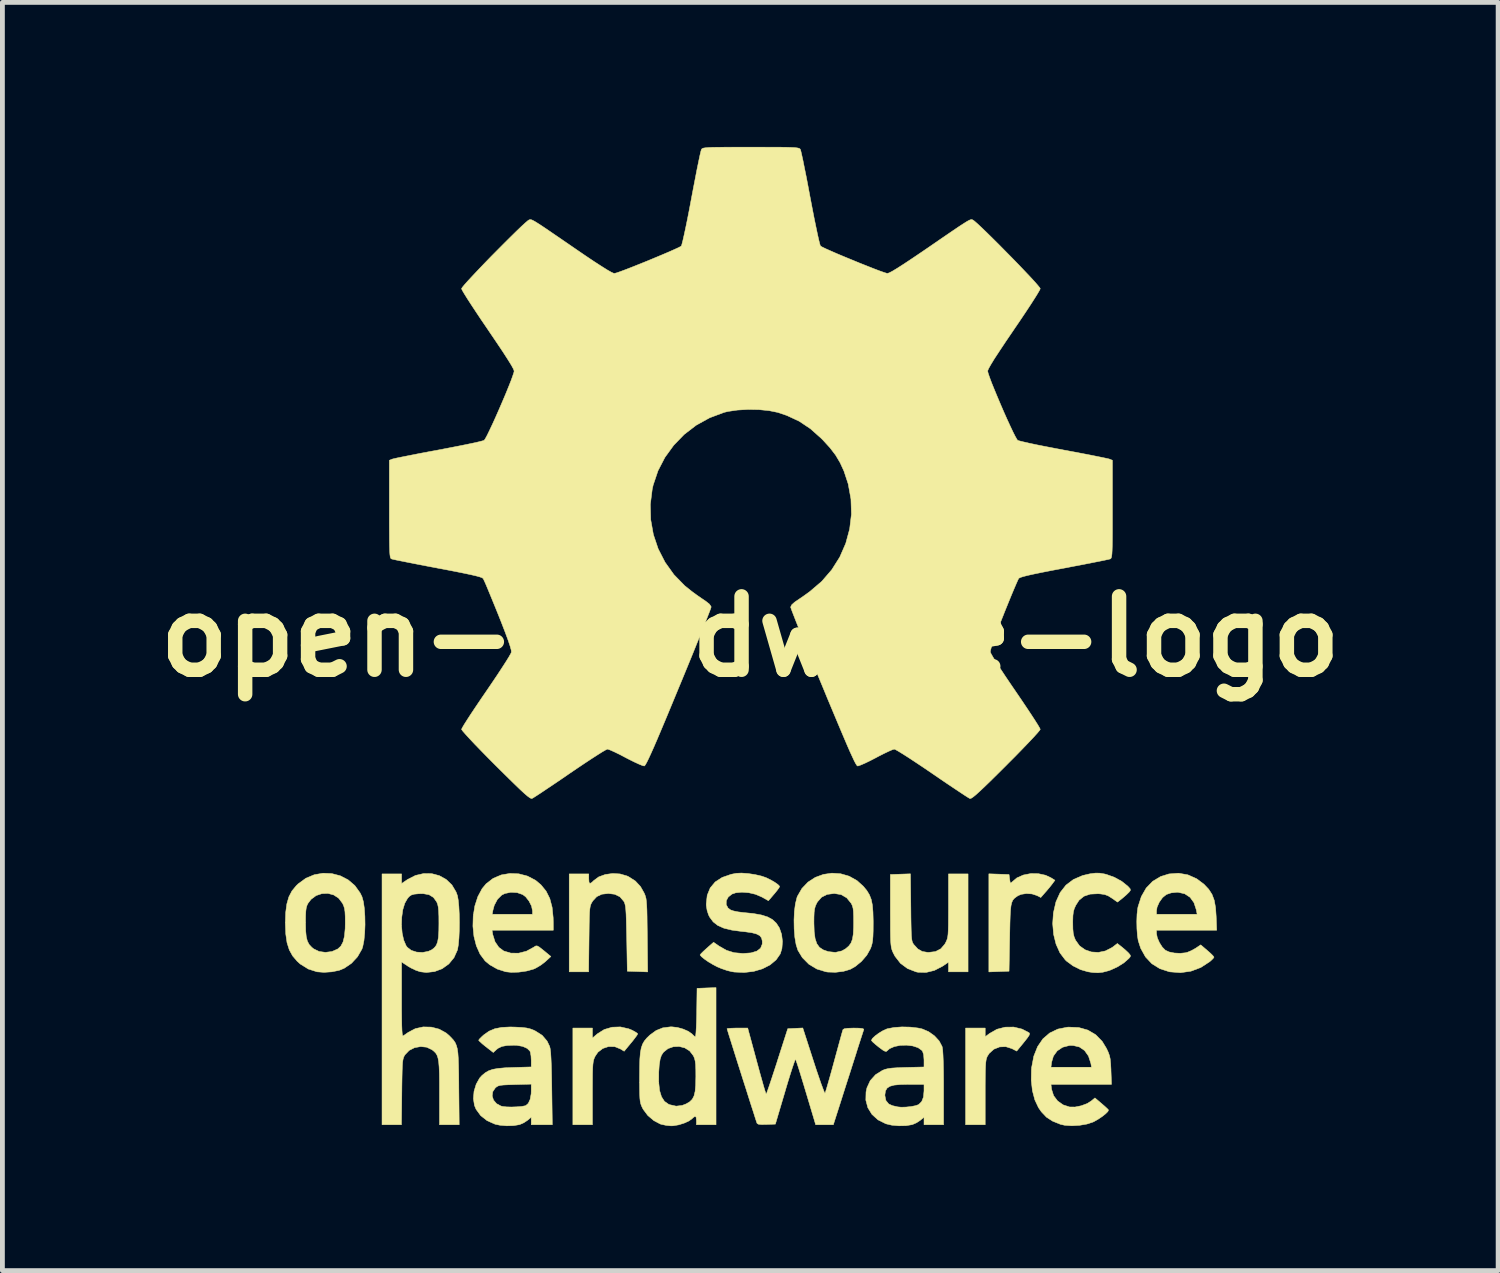
<source format=kicad_pcb>
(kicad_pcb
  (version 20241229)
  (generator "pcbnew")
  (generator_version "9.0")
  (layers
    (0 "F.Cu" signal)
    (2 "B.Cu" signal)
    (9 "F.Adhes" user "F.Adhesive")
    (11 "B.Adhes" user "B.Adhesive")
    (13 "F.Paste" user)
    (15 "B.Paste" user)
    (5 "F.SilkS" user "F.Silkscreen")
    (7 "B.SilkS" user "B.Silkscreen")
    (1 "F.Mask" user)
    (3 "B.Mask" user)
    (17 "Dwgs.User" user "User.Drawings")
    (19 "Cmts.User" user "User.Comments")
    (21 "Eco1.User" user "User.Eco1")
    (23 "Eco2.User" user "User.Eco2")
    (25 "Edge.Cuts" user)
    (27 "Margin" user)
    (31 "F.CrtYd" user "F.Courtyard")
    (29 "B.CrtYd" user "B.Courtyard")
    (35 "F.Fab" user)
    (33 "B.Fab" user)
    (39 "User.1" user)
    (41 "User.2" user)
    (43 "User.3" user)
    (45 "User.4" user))
  (footprint "open-hardware-logo"
    (layer "F.Cu")
    (at 12.526 10.165)
    (property "Reference" "open-hardware-logo" (at 0 0 0) (layer "F.SilkS") (effects (font (size 1.524 1.524) (thickness 0.3))))
    (attr through_hole)
    (fp_poly (pts (xy 5.642 8.149) (xy 5.788 8.225) (xy 5.799 8.245) (xy 5.788 8.28) (xy 5.749 8.337) (xy 5.68 8.424) (xy 5.677 8.428) (xy 5.531 8.606) (xy 5.431 8.554) (xy 5.304 8.514) (xy 5.176 8.519) (xy 5.058 8.566) (xy 4.962 8.651) (xy 4.921 8.714) (xy 4.908 8.746) (xy 4.897 8.786) (xy 4.889 8.841) (xy 4.884 8.917) (xy 4.88 9.02) (xy 4.878 9.157) (xy 4.877 9.335) (xy 4.877 9.468) (xy 4.877 10.135) (xy 4.47 10.135) (xy 4.47 8.128) (xy 4.877 8.128) (xy 4.877 8.308) (xy 4.966 8.241) (xy 5.12 8.153) (xy 5.291 8.109) (xy 5.469 8.107) (xy 5.642 8.149)) (stroke (width 0.01) (type solid)) (fill yes) (layer "F.SilkS"))
    (fp_poly (pts (xy -2.525 8.143) (xy -2.47 8.165) (xy -2.398 8.202) (xy -2.35 8.233) (xy -2.337 8.248) (xy -2.352 8.276) (xy -2.393 8.332) (xy -2.451 8.407) (xy -2.478 8.439) (xy -2.618 8.609) (xy -2.7 8.559) (xy -2.819 8.513) (xy -2.944 8.512) (xy -3.063 8.552) (xy -3.163 8.629) (xy -3.219 8.711) (xy -3.237 8.748) (xy -3.25 8.785) (xy -3.26 8.829) (xy -3.267 8.886) (xy -3.272 8.965) (xy -3.275 9.071) (xy -3.276 9.211) (xy -3.277 9.393) (xy -3.277 9.48) (xy -3.277 10.135) (xy -3.683 10.135) (xy -3.683 8.128) (xy -3.277 8.128) (xy -3.277 8.335) (xy -3.175 8.248) (xy -3.032 8.158) (xy -2.869 8.11) (xy -2.697 8.104) (xy -2.525 8.143)) (stroke (width 0.01) (type solid)) (fill yes) (layer "F.SilkS"))
    (fp_poly (pts (xy 5.978 4.922) (xy 6.13 4.955) (xy 6.241 5.007) (xy 6.325 5.059) (xy 6.275 5.127) (xy 6.23 5.185) (xy 6.168 5.26) (xy 6.128 5.306) (xy 6.031 5.417) (xy 5.95 5.376) (xy 5.849 5.343) (xy 5.732 5.335) (xy 5.622 5.352) (xy 5.555 5.381) (xy 5.511 5.412) (xy 5.475 5.441) (xy 5.448 5.476) (xy 5.428 5.523) (xy 5.413 5.587) (xy 5.403 5.675) (xy 5.396 5.792) (xy 5.391 5.946) (xy 5.387 6.141) (xy 5.385 6.248) (xy 5.372 6.947) (xy 4.953 6.962) (xy 4.953 4.926) (xy 5.163 4.933) (xy 5.372 4.94) (xy 5.385 5.04) (xy 5.395 5.101) (xy 5.407 5.119) (xy 5.429 5.101) (xy 5.432 5.097) (xy 5.535 5.01) (xy 5.668 4.951) (xy 5.82 4.921) (xy 5.978 4.922)) (stroke (width 0.01) (type solid)) (fill yes) (layer "F.SilkS"))
    (fp_poly (pts (xy 3.333 5.623) (xy 3.335 5.831) (xy 3.338 5.993) (xy 3.341 6.118) (xy 3.345 6.21) (xy 3.351 6.276) (xy 3.359 6.322) (xy 3.37 6.354) (xy 3.384 6.379) (xy 3.392 6.391) (xy 3.478 6.485) (xy 3.57 6.538) (xy 3.684 6.557) (xy 3.703 6.557) (xy 3.844 6.54) (xy 3.955 6.483) (xy 4.039 6.385) (xy 4.058 6.35) (xy 4.075 6.314) (xy 4.089 6.277) (xy 4.099 6.233) (xy 4.106 6.176) (xy 4.11 6.097) (xy 4.113 5.992) (xy 4.114 5.851) (xy 4.115 5.67) (xy 4.115 5.583) (xy 4.115 4.928) (xy 4.521 4.928) (xy 4.521 6.96) (xy 4.115 6.96) (xy 4.115 6.76) (xy 3.989 6.845) (xy 3.822 6.931) (xy 3.65 6.973) (xy 3.481 6.969) (xy 3.442 6.961) (xy 3.266 6.893) (xy 3.119 6.785) (xy 3.004 6.637) (xy 2.967 6.566) (xy 2.95 6.528) (xy 2.937 6.49) (xy 2.927 6.447) (xy 2.92 6.392) (xy 2.914 6.319) (xy 2.911 6.221) (xy 2.909 6.092) (xy 2.909 5.926) (xy 2.908 5.716) (xy 2.908 5.69) (xy 2.908 4.94) (xy 3.325 4.926) (xy 3.333 5.623)) (stroke (width 0.01) (type solid)) (fill yes) (layer "F.SilkS"))
    (fp_poly (pts (xy -2.704 4.928) (xy -2.559 4.97) (xy -2.527 4.985) (xy -2.386 5.075) (xy -2.28 5.189) (xy -2.205 5.321) (xy -2.188 5.36) (xy -2.175 5.398) (xy -2.164 5.442) (xy -2.157 5.499) (xy -2.151 5.575) (xy -2.146 5.676) (xy -2.143 5.809) (xy -2.141 5.98) (xy -2.138 6.194) (xy -2.138 6.205) (xy -2.13 6.962) (xy -2.341 6.954) (xy -2.553 6.947) (xy -2.565 6.261) (xy -2.57 6.053) (xy -2.574 5.89) (xy -2.578 5.765) (xy -2.584 5.672) (xy -2.591 5.605) (xy -2.601 5.557) (xy -2.612 5.522) (xy -2.626 5.496) (xy -2.706 5.403) (xy -2.814 5.35) (xy -2.945 5.334) (xy -3.082 5.349) (xy -3.187 5.399) (xy -3.269 5.487) (xy -3.28 5.505) (xy -3.298 5.535) (xy -3.312 5.566) (xy -3.323 5.605) (xy -3.331 5.657) (xy -3.337 5.729) (xy -3.341 5.828) (xy -3.344 5.96) (xy -3.346 6.132) (xy -3.348 6.28) (xy -3.356 6.96) (xy -3.759 6.96) (xy -3.759 4.928) (xy -3.353 4.928) (xy -3.353 5.029) (xy -3.348 5.102) (xy -3.328 5.126) (xy -3.29 5.105) (xy -3.252 5.068) (xy -3.147 4.99) (xy -3.011 4.94) (xy -2.859 4.919) (xy -2.704 4.928)) (stroke (width 0.01) (type solid)) (fill yes) (layer "F.SilkS"))
    (fp_poly (pts (xy -4.805 4.926) (xy -4.625 4.973) (xy -4.458 5.06) (xy -4.347 5.153) (xy -4.239 5.285) (xy -4.162 5.439) (xy -4.114 5.621) (xy -4.092 5.838) (xy -4.09 5.937) (xy -4.089 6.096) (xy -5.362 6.096) (xy -5.345 6.191) (xy -5.299 6.337) (xy -5.22 6.452) (xy -5.118 6.528) (xy -4.97 6.572) (xy -4.809 6.573) (xy -4.647 6.532) (xy -4.495 6.449) (xy -4.482 6.44) (xy -4.453 6.423) (xy -4.423 6.423) (xy -4.382 6.445) (xy -4.318 6.495) (xy -4.284 6.522) (xy -4.139 6.642) (xy -4.255 6.749) (xy -4.344 6.818) (xy -4.446 6.879) (xy -4.503 6.905) (xy -4.646 6.944) (xy -4.807 6.967) (xy -4.964 6.971) (xy -5.077 6.959) (xy -5.252 6.903) (xy -5.41 6.813) (xy -5.505 6.734) (xy -5.61 6.593) (xy -5.687 6.42) (xy -5.737 6.223) (xy -5.758 6.013) (xy -5.752 5.8) (xy -5.746 5.766) (xy -5.358 5.766) (xy -4.521 5.766) (xy -4.521 5.694) (xy -4.541 5.595) (xy -4.593 5.492) (xy -4.664 5.402) (xy -4.725 5.356) (xy -4.841 5.316) (xy -4.971 5.309) (xy -5.093 5.334) (xy -5.159 5.366) (xy -5.249 5.455) (xy -5.315 5.58) (xy -5.343 5.683) (xy -5.358 5.766) (xy -5.746 5.766) (xy -5.718 5.592) (xy -5.656 5.4) (xy -5.567 5.233) (xy -5.484 5.133) (xy -5.339 5.021) (xy -5.171 4.949) (xy -4.99 4.918) (xy -4.805 4.926)) (stroke (width 0.01) (type solid)) (fill yes) (layer "F.SilkS"))
    (fp_poly (pts (xy 6.82 8.117) (xy 7.008 8.17) (xy 7.171 8.266) (xy 7.305 8.403) (xy 7.394 8.549) (xy 7.431 8.628) (xy 7.456 8.697) (xy 7.472 8.769) (xy 7.481 8.861) (xy 7.488 8.986) (xy 7.488 9.007) (xy 7.499 9.296) (xy 6.242 9.296) (xy 6.256 9.402) (xy 6.297 9.531) (xy 6.38 9.641) (xy 6.494 9.722) (xy 6.629 9.766) (xy 6.742 9.767) (xy 6.871 9.741) (xy 6.994 9.695) (xy 7.081 9.64) (xy 7.155 9.578) (xy 7.292 9.694) (xy 7.361 9.754) (xy 7.413 9.802) (xy 7.437 9.829) (xy 7.437 9.829) (xy 7.424 9.86) (xy 7.377 9.907) (xy 7.307 9.963) (xy 7.224 10.019) (xy 7.138 10.068) (xy 7.113 10.08) (xy 6.987 10.121) (xy 6.834 10.147) (xy 6.675 10.156) (xy 6.528 10.146) (xy 6.439 10.126) (xy 6.276 10.06) (xy 6.148 9.977) (xy 6.043 9.866) (xy 5.983 9.779) (xy 5.908 9.62) (xy 5.857 9.428) (xy 5.833 9.213) (xy 5.837 8.988) (xy 5.841 8.944) (xy 5.842 8.941) (xy 6.242 8.941) (xy 7.085 8.941) (xy 7.07 8.858) (xy 7.021 8.708) (xy 6.94 8.594) (xy 6.832 8.52) (xy 6.699 8.489) (xy 6.623 8.49) (xy 6.484 8.526) (xy 6.372 8.601) (xy 6.293 8.71) (xy 6.256 8.835) (xy 6.242 8.941) (xy 5.842 8.941) (xy 5.886 8.711) (xy 5.965 8.513) (xy 6.075 8.352) (xy 6.215 8.231) (xy 6.385 8.149) (xy 6.582 8.11) (xy 6.607 8.108) (xy 6.82 8.117)) (stroke (width 0.01) (type solid)) (fill yes) (layer "F.SilkS"))
    (fp_poly (pts (xy 9.085 4.947) (xy 9.267 5.028) (xy 9.42 5.143) (xy 9.517 5.246) (xy 9.586 5.353) (xy 9.632 5.476) (xy 9.659 5.626) (xy 9.672 5.81) (xy 9.683 6.096) (xy 8.433 6.096) (xy 8.433 6.167) (xy 8.45 6.254) (xy 8.494 6.354) (xy 8.553 6.447) (xy 8.617 6.512) (xy 8.696 6.548) (xy 8.805 6.57) (xy 8.925 6.576) (xy 9.036 6.565) (xy 9.077 6.554) (xy 9.158 6.52) (xy 9.244 6.472) (xy 9.259 6.462) (xy 9.351 6.4) (xy 9.489 6.518) (xy 9.557 6.578) (xy 9.606 6.627) (xy 9.626 6.655) (xy 9.627 6.656) (xy 9.609 6.683) (xy 9.563 6.728) (xy 9.537 6.75) (xy 9.353 6.87) (xy 9.148 6.947) (xy 8.931 6.978) (xy 8.712 6.961) (xy 8.7 6.959) (xy 8.503 6.895) (xy 8.337 6.792) (xy 8.204 6.65) (xy 8.105 6.471) (xy 8.054 6.314) (xy 8.037 6.206) (xy 8.027 6.066) (xy 8.024 5.914) (xy 8.029 5.767) (xy 8.037 5.694) (xy 8.433 5.694) (xy 8.433 5.766) (xy 9.277 5.766) (xy 9.259 5.671) (xy 9.211 5.525) (xy 9.13 5.413) (xy 9.019 5.34) (xy 8.882 5.309) (xy 8.854 5.309) (xy 8.738 5.321) (xy 8.64 5.354) (xy 8.636 5.356) (xy 8.558 5.42) (xy 8.491 5.514) (xy 8.445 5.618) (xy 8.433 5.694) (xy 8.037 5.694) (xy 8.043 5.646) (xy 8.049 5.613) (xy 8.118 5.398) (xy 8.22 5.22) (xy 8.354 5.081) (xy 8.519 4.982) (xy 8.692 4.928) (xy 8.891 4.913) (xy 9.085 4.947)) (stroke (width 0.01) (type solid)) (fill yes) (layer "F.SilkS"))
    (fp_poly (pts (xy 7.255 4.912) (xy 7.351 4.928) (xy 7.392 4.938) (xy 7.557 4.997) (xy 7.712 5.082) (xy 7.837 5.182) (xy 7.848 5.194) (xy 7.887 5.238) (xy 7.892 5.268) (xy 7.867 5.303) (xy 7.859 5.311) (xy 7.808 5.361) (xy 7.74 5.42) (xy 7.717 5.439) (xy 7.624 5.513) (xy 7.507 5.431) (xy 7.429 5.382) (xy 7.356 5.355) (xy 7.265 5.342) (xy 7.219 5.339) (xy 7.057 5.347) (xy 6.927 5.391) (xy 6.826 5.473) (xy 6.759 5.577) (xy 6.727 5.646) (xy 6.708 5.714) (xy 6.698 5.795) (xy 6.695 5.907) (xy 6.695 5.944) (xy 6.697 6.069) (xy 6.705 6.159) (xy 6.722 6.23) (xy 6.75 6.299) (xy 6.753 6.305) (xy 6.836 6.421) (xy 6.949 6.502) (xy 7.082 6.548) (xy 7.226 6.557) (xy 7.372 6.527) (xy 7.51 6.456) (xy 7.53 6.442) (xy 7.621 6.372) (xy 7.716 6.447) (xy 7.785 6.505) (xy 7.844 6.56) (xy 7.859 6.576) (xy 7.891 6.617) (xy 7.889 6.646) (xy 7.859 6.683) (xy 7.758 6.772) (xy 7.627 6.855) (xy 7.484 6.921) (xy 7.436 6.938) (xy 7.321 6.968) (xy 7.219 6.98) (xy 7.106 6.974) (xy 7.009 6.959) (xy 6.855 6.914) (xy 6.699 6.836) (xy 6.565 6.737) (xy 6.539 6.712) (xy 6.429 6.567) (xy 6.348 6.387) (xy 6.297 6.182) (xy 6.278 5.96) (xy 6.293 5.737) (xy 6.346 5.507) (xy 6.433 5.315) (xy 6.554 5.16) (xy 6.709 5.043) (xy 6.899 4.961) (xy 7.054 4.925) (xy 7.165 4.911) (xy 7.255 4.912)) (stroke (width 0.01) (type solid)) (fill yes) (layer "F.SilkS"))
    (fp_poly (pts (xy -8.687 4.921) (xy -8.511 4.967) (xy -8.35 5.05) (xy -8.21 5.169) (xy -8.1 5.322) (xy -8.061 5.401) (xy -8.032 5.505) (xy -8.012 5.645) (xy -8.001 5.808) (xy -7.998 5.983) (xy -8.005 6.154) (xy -8.02 6.309) (xy -8.045 6.435) (xy -8.062 6.488) (xy -8.154 6.648) (xy -8.28 6.784) (xy -8.43 6.886) (xy -8.534 6.929) (xy -8.686 6.96) (xy -8.85 6.971) (xy -8.994 6.96) (xy -9.176 6.902) (xy -9.343 6.798) (xy -9.406 6.741) (xy -9.501 6.63) (xy -9.57 6.505) (xy -9.617 6.357) (xy -9.643 6.178) (xy -9.652 5.96) (xy -9.652 5.944) (xy -9.233 5.944) (xy -9.23 6.108) (xy -9.218 6.231) (xy -9.195 6.323) (xy -9.158 6.393) (xy -9.103 6.452) (xy -9.065 6.483) (xy -8.952 6.538) (xy -8.82 6.556) (xy -8.685 6.539) (xy -8.564 6.486) (xy -8.564 6.486) (xy -8.5 6.427) (xy -8.454 6.34) (xy -8.425 6.221) (xy -8.41 6.061) (xy -8.408 5.943) (xy -8.409 5.809) (xy -8.414 5.714) (xy -8.424 5.645) (xy -8.442 5.588) (xy -8.465 5.538) (xy -8.544 5.433) (xy -8.648 5.364) (xy -8.768 5.332) (xy -8.893 5.337) (xy -9.013 5.377) (xy -9.118 5.455) (xy -9.181 5.537) (xy -9.203 5.582) (xy -9.218 5.632) (xy -9.227 5.7) (xy -9.232 5.795) (xy -9.233 5.929) (xy -9.233 5.944) (xy -9.652 5.944) (xy -9.645 5.727) (xy -9.621 5.55) (xy -9.579 5.404) (xy -9.515 5.281) (xy -9.425 5.172) (xy -9.387 5.135) (xy -9.227 5.018) (xy -9.052 4.945) (xy -8.87 4.913) (xy -8.687 4.921)) (stroke (width 0.01) (type solid)) (fill yes) (layer "F.SilkS"))
    (fp_poly (pts (xy 1.876 4.924) (xy 2.052 4.975) (xy 2.215 5.066) (xy 2.346 5.184) (xy 2.419 5.272) (xy 2.473 5.361) (xy 2.511 5.458) (xy 2.535 5.574) (xy 2.547 5.719) (xy 2.552 5.902) (xy 2.552 5.956) (xy 2.551 6.11) (xy 2.547 6.224) (xy 2.54 6.31) (xy 2.528 6.378) (xy 2.51 6.439) (xy 2.494 6.481) (xy 2.419 6.615) (xy 2.309 6.743) (xy 2.18 6.849) (xy 2.076 6.908) (xy 1.935 6.95) (xy 1.771 6.97) (xy 1.609 6.965) (xy 1.569 6.959) (xy 1.382 6.902) (xy 1.217 6.803) (xy 1.081 6.666) (xy 0.988 6.512) (xy 0.951 6.395) (xy 0.925 6.243) (xy 0.911 6.068) (xy 0.909 5.943) (xy 1.321 5.943) (xy 1.327 6.128) (xy 1.346 6.27) (xy 1.381 6.376) (xy 1.436 6.452) (xy 1.514 6.504) (xy 1.619 6.541) (xy 1.619 6.541) (xy 1.768 6.557) (xy 1.902 6.526) (xy 1.979 6.482) (xy 2.044 6.426) (xy 2.091 6.363) (xy 2.121 6.283) (xy 2.138 6.178) (xy 2.145 6.037) (xy 2.146 5.944) (xy 2.145 5.805) (xy 2.141 5.707) (xy 2.133 5.638) (xy 2.118 5.586) (xy 2.097 5.541) (xy 2.094 5.537) (xy 2.003 5.425) (xy 1.886 5.357) (xy 1.745 5.334) (xy 1.742 5.334) (xy 1.595 5.353) (xy 1.48 5.411) (xy 1.394 5.509) (xy 1.378 5.538) (xy 1.352 5.594) (xy 1.336 5.652) (xy 1.326 5.724) (xy 1.322 5.823) (xy 1.321 5.943) (xy 0.909 5.943) (xy 0.908 5.885) (xy 0.916 5.706) (xy 0.937 5.546) (xy 0.969 5.418) (xy 0.977 5.395) (xy 1.072 5.23) (xy 1.198 5.098) (xy 1.349 5) (xy 1.517 4.938) (xy 1.695 4.912) (xy 1.876 4.924)) (stroke (width 0.01) (type solid)) (fill yes) (layer "F.SilkS"))
    (fp_poly (pts (xy -0.711 10.135) (xy -1.118 10.135) (xy -1.118 10.046) (xy -1.124 9.979) (xy -1.147 9.96) (xy -1.188 9.988) (xy -1.206 10.007) (xy -1.273 10.056) (xy -1.372 10.101) (xy -1.487 10.137) (xy -1.599 10.156) (xy -1.646 10.158) (xy -1.746 10.148) (xy -1.848 10.126) (xy -1.87 10.119) (xy -2.004 10.048) (xy -2.128 9.942) (xy -2.223 9.815) (xy -2.239 9.785) (xy -2.259 9.742) (xy -2.274 9.7) (xy -2.285 9.65) (xy -2.292 9.585) (xy -2.296 9.497) (xy -2.298 9.377) (xy -2.299 9.253) (xy -1.901 9.253) (xy -1.883 9.424) (xy -1.843 9.555) (xy -1.782 9.649) (xy -1.697 9.709) (xy -1.672 9.719) (xy -1.539 9.749) (xy -1.414 9.734) (xy -1.331 9.702) (xy -1.258 9.659) (xy -1.205 9.607) (xy -1.168 9.537) (xy -1.145 9.441) (xy -1.134 9.311) (xy -1.13 9.139) (xy -1.13 9.131) (xy -1.131 8.989) (xy -1.135 8.887) (xy -1.144 8.813) (xy -1.158 8.757) (xy -1.179 8.707) (xy -1.183 8.7) (xy -1.259 8.602) (xy -1.36 8.539) (xy -1.476 8.51) (xy -1.596 8.515) (xy -1.708 8.554) (xy -1.801 8.628) (xy -1.844 8.692) (xy -1.871 8.772) (xy -1.89 8.894) (xy -1.9 9.039) (xy -1.901 9.253) (xy -2.299 9.253) (xy -2.299 9.218) (xy -2.299 9.144) (xy -2.297 8.936) (xy -2.293 8.772) (xy -2.282 8.643) (xy -2.264 8.543) (xy -2.237 8.463) (xy -2.199 8.396) (xy -2.148 8.335) (xy -2.084 8.273) (xy -1.955 8.179) (xy -1.82 8.124) (xy -1.661 8.103) (xy -1.623 8.103) (xy -1.511 8.116) (xy -1.393 8.149) (xy -1.286 8.196) (xy -1.209 8.251) (xy -1.197 8.264) (xy -1.16 8.298) (xy -1.14 8.306) (xy -1.133 8.282) (xy -1.127 8.214) (xy -1.121 8.112) (xy -1.116 7.981) (xy -1.112 7.83) (xy -1.112 7.804) (xy -1.105 7.303) (xy -0.908 7.295) (xy -0.711 7.288) (xy -0.711 10.135)) (stroke (width 0.01) (type solid)) (fill yes) (layer "F.SilkS"))
    (fp_poly (pts (xy -0.045 4.92) (xy 0.1 4.942) (xy 0.234 4.973) (xy 0.327 5.005) (xy 0.423 5.052) (xy 0.509 5.102) (xy 0.574 5.148) (xy 0.607 5.183) (xy 0.609 5.19) (xy 0.594 5.219) (xy 0.554 5.274) (xy 0.497 5.344) (xy 0.493 5.348) (xy 0.377 5.484) (xy 0.236 5.405) (xy 0.11 5.351) (xy -0.031 5.318) (xy -0.173 5.307) (xy -0.3 5.319) (xy -0.378 5.345) (xy -0.457 5.407) (xy -0.498 5.484) (xy -0.5 5.564) (xy -0.462 5.636) (xy -0.408 5.676) (xy -0.345 5.697) (xy -0.252 5.716) (xy -0.148 5.729) (xy -0.148 5.729) (xy 0.063 5.75) (xy 0.23 5.78) (xy 0.361 5.821) (xy 0.462 5.877) (xy 0.539 5.949) (xy 0.6 6.042) (xy 0.605 6.051) (xy 0.65 6.181) (xy 0.668 6.329) (xy 0.657 6.475) (xy 0.623 6.587) (xy 0.536 6.712) (xy 0.41 6.817) (xy 0.253 6.897) (xy 0.071 6.951) (xy -0.125 6.974) (xy -0.33 6.965) (xy -0.381 6.957) (xy -0.481 6.933) (xy -0.597 6.893) (xy -0.682 6.858) (xy -0.775 6.809) (xy -0.868 6.754) (xy -0.95 6.697) (xy -1.011 6.648) (xy -1.04 6.613) (xy -1.041 6.608) (xy -1.023 6.584) (xy -0.976 6.537) (xy -0.91 6.477) (xy -0.902 6.469) (xy -0.762 6.347) (xy -0.648 6.426) (xy -0.494 6.514) (xy -0.336 6.563) (xy -0.155 6.579) (xy -0.148 6.579) (xy 0.016 6.567) (xy 0.137 6.53) (xy 0.214 6.47) (xy 0.249 6.383) (xy 0.249 6.32) (xy 0.234 6.257) (xy 0.198 6.21) (xy 0.134 6.176) (xy 0.035 6.149) (xy -0.104 6.129) (xy -0.177 6.122) (xy -0.384 6.094) (xy -0.548 6.054) (xy -0.674 5.998) (xy -0.77 5.923) (xy -0.842 5.826) (xy -0.866 5.779) (xy -0.896 5.687) (xy -0.913 5.583) (xy -0.914 5.553) (xy -0.894 5.371) (xy -0.832 5.219) (xy -0.729 5.095) (xy -0.584 5.001) (xy -0.398 4.936) (xy -0.289 4.915) (xy -0.181 4.91) (xy -0.045 4.92)) (stroke (width 0.01) (type solid)) (fill yes) (layer "F.SilkS"))
    (fp_poly (pts (xy -4.876 8.108) (xy -4.743 8.115) (xy -4.647 8.126) (xy -4.57 8.144) (xy -4.498 8.171) (xy -4.461 8.189) (xy -4.32 8.279) (xy -4.219 8.397) (xy -4.165 8.509) (xy -4.154 8.556) (xy -4.144 8.636) (xy -4.137 8.752) (xy -4.13 8.908) (xy -4.125 9.108) (xy -4.121 9.354) (xy -4.121 9.366) (xy -4.11 10.135) (xy -4.547 10.135) (xy -4.547 9.978) (xy -4.624 10.042) (xy -4.702 10.094) (xy -4.789 10.132) (xy -4.795 10.133) (xy -4.914 10.153) (xy -5.056 10.157) (xy -5.197 10.145) (xy -5.3 10.123) (xy -5.464 10.05) (xy -5.597 9.945) (xy -5.692 9.815) (xy -5.726 9.734) (xy -5.748 9.593) (xy -5.743 9.538) (xy -5.358 9.538) (xy -5.33 9.624) (xy -5.268 9.697) (xy -5.175 9.747) (xy -5.142 9.755) (xy -5.064 9.764) (xy -4.96 9.767) (xy -4.848 9.763) (xy -4.746 9.755) (xy -4.673 9.741) (xy -4.662 9.738) (xy -4.609 9.692) (xy -4.57 9.607) (xy -4.549 9.493) (xy -4.547 9.435) (xy -4.547 9.292) (xy -4.888 9.301) (xy -5.026 9.305) (xy -5.124 9.31) (xy -5.19 9.317) (xy -5.235 9.33) (xy -5.267 9.348) (xy -5.294 9.371) (xy -5.347 9.45) (xy -5.358 9.538) (xy -5.743 9.538) (xy -5.735 9.441) (xy -5.69 9.293) (xy -5.619 9.166) (xy -5.572 9.114) (xy -5.504 9.057) (xy -5.432 9.015) (xy -5.346 8.985) (xy -5.237 8.966) (xy -5.095 8.953) (xy -4.921 8.946) (xy -4.547 8.935) (xy -4.547 8.797) (xy -4.552 8.708) (xy -4.564 8.635) (xy -4.574 8.607) (xy -4.631 8.55) (xy -4.726 8.508) (xy -4.848 8.486) (xy -4.911 8.484) (xy -5.053 8.49) (xy -5.157 8.509) (xy -5.234 8.546) (xy -5.271 8.575) (xy -5.335 8.635) (xy -5.487 8.517) (xy -5.56 8.458) (xy -5.613 8.41) (xy -5.638 8.382) (xy -5.639 8.38) (xy -5.621 8.354) (xy -5.575 8.308) (xy -5.532 8.269) (xy -5.424 8.193) (xy -5.304 8.142) (xy -5.16 8.114) (xy -4.983 8.105) (xy -4.876 8.108)) (stroke (width 0.01) (type solid)) (fill yes) (layer "F.SilkS"))
    (fp_poly (pts (xy 3.321 8.108) (xy 3.482 8.127) (xy 3.566 8.145) (xy 3.701 8.202) (xy 3.823 8.289) (xy 3.92 8.394) (xy 3.98 8.506) (xy 3.985 8.522) (xy 3.994 8.58) (xy 4.001 8.685) (xy 4.007 8.833) (xy 4.011 9.018) (xy 4.013 9.238) (xy 4.013 9.379) (xy 4.013 10.135) (xy 3.607 10.135) (xy 3.607 9.978) (xy 3.53 10.042) (xy 3.451 10.094) (xy 3.364 10.132) (xy 3.358 10.133) (xy 3.233 10.154) (xy 3.085 10.157) (xy 2.938 10.144) (xy 2.815 10.115) (xy 2.813 10.114) (xy 2.651 10.033) (xy 2.526 9.92) (xy 2.441 9.782) (xy 2.399 9.624) (xy 2.401 9.531) (xy 2.795 9.531) (xy 2.815 9.631) (xy 2.874 9.704) (xy 2.952 9.739) (xy 3.023 9.755) (xy 3.061 9.764) (xy 3.135 9.771) (xy 3.234 9.768) (xy 3.339 9.757) (xy 3.432 9.739) (xy 3.494 9.717) (xy 3.497 9.715) (xy 3.559 9.653) (xy 3.595 9.561) (xy 3.607 9.432) (xy 3.607 9.422) (xy 3.607 9.296) (xy 3.288 9.296) (xy 3.115 9.3) (xy 2.987 9.312) (xy 2.897 9.337) (xy 2.839 9.376) (xy 2.807 9.433) (xy 2.795 9.511) (xy 2.795 9.531) (xy 2.401 9.531) (xy 2.403 9.454) (xy 2.422 9.368) (xy 2.491 9.218) (xy 2.602 9.095) (xy 2.743 9.007) (xy 2.798 8.985) (xy 2.86 8.97) (xy 2.939 8.959) (xy 3.046 8.952) (xy 3.191 8.946) (xy 3.232 8.945) (xy 3.607 8.936) (xy 3.607 8.789) (xy 3.599 8.68) (xy 3.576 8.609) (xy 3.562 8.591) (xy 3.484 8.535) (xy 3.374 8.499) (xy 3.245 8.483) (xy 3.113 8.487) (xy 2.99 8.512) (xy 2.892 8.555) (xy 2.849 8.593) (xy 2.827 8.612) (xy 2.8 8.611) (xy 2.756 8.588) (xy 2.687 8.537) (xy 2.664 8.52) (xy 2.592 8.461) (xy 2.539 8.414) (xy 2.515 8.385) (xy 2.515 8.383) (xy 2.535 8.344) (xy 2.59 8.292) (xy 2.665 8.236) (xy 2.749 8.185) (xy 2.829 8.148) (xy 2.848 8.142) (xy 2.984 8.116) (xy 3.148 8.104) (xy 3.321 8.108)) (stroke (width 0.01) (type solid)) (fill yes) (layer "F.SilkS"))
    (fp_poly (pts (xy 1.312 8.813) (xy 1.369 8.988) (xy 1.423 9.146) (xy 1.469 9.28) (xy 1.508 9.384) (xy 1.535 9.453) (xy 1.55 9.481) (xy 1.551 9.481) (xy 1.562 9.452) (xy 1.584 9.381) (xy 1.615 9.274) (xy 1.654 9.138) (xy 1.698 8.98) (xy 1.74 8.826) (xy 1.787 8.654) (xy 1.83 8.496) (xy 1.867 8.361) (xy 1.896 8.255) (xy 1.916 8.186) (xy 1.924 8.16) (xy 1.952 8.142) (xy 2.024 8.132) (xy 2.142 8.128) (xy 2.152 8.128) (xy 2.261 8.13) (xy 2.327 8.137) (xy 2.355 8.149) (xy 2.356 8.16) (xy 2.345 8.193) (xy 2.321 8.267) (xy 2.287 8.372) (xy 2.245 8.502) (xy 2.199 8.647) (xy 2.199 8.649) (xy 2.142 8.827) (xy 2.076 9.035) (xy 2.005 9.255) (xy 1.937 9.468) (xy 1.889 9.62) (xy 1.724 10.135) (xy 1.358 10.135) (xy 1.156 9.46) (xy 1.103 9.284) (xy 1.054 9.124) (xy 1.012 8.987) (xy 0.977 8.879) (xy 0.952 8.807) (xy 0.94 8.776) (xy 0.939 8.775) (xy 0.928 8.796) (xy 0.905 8.859) (xy 0.871 8.959) (xy 0.829 9.09) (xy 0.781 9.245) (xy 0.729 9.419) (xy 0.722 9.444) (xy 0.521 10.122) (xy 0.336 10.129) (xy 0.23 10.131) (xy 0.167 10.123) (xy 0.141 10.106) (xy 0.14 10.104) (xy 0.126 10.064) (xy 0.1 9.984) (xy 0.064 9.87) (xy 0.018 9.728) (xy -0.034 9.565) (xy -0.09 9.387) (xy -0.15 9.201) (xy -0.21 9.011) (xy -0.269 8.826) (xy -0.324 8.651) (xy -0.374 8.492) (xy -0.417 8.355) (xy -0.451 8.247) (xy -0.473 8.174) (xy -0.482 8.143) (xy -0.483 8.142) (xy -0.459 8.136) (xy -0.397 8.131) (xy -0.307 8.128) (xy -0.268 8.128) (xy -0.053 8.128) (xy -0.031 8.211) (xy -0.018 8.258) (xy 0.006 8.346) (xy 0.039 8.468) (xy 0.079 8.615) (xy 0.123 8.779) (xy 0.155 8.896) (xy 0.2 9.062) (xy 0.242 9.211) (xy 0.277 9.336) (xy 0.305 9.429) (xy 0.324 9.485) (xy 0.33 9.499) (xy 0.341 9.476) (xy 0.365 9.41) (xy 0.4 9.308) (xy 0.444 9.176) (xy 0.495 9.021) (xy 0.552 8.847) (xy 0.56 8.82) (xy 0.778 8.141) (xy 1.09 8.126) (xy 1.312 8.813)) (stroke (width 0.01) (type solid)) (fill yes) (layer "F.SilkS"))
    (fp_poly (pts (xy -6.613 4.922) (xy -6.455 4.964) (xy -6.313 5.043) (xy -6.195 5.156) (xy -6.108 5.302) (xy -6.08 5.378) (xy -6.063 5.471) (xy -6.05 5.602) (xy -6.042 5.759) (xy -6.039 5.929) (xy -6.041 6.1) (xy -6.048 6.26) (xy -6.06 6.396) (xy -6.077 6.496) (xy -6.08 6.508) (xy -6.151 6.666) (xy -6.259 6.797) (xy -6.396 6.895) (xy -6.554 6.955) (xy -6.725 6.974) (xy -6.851 6.959) (xy -6.941 6.929) (xy -7.044 6.88) (xy -7.106 6.844) (xy -7.239 6.756) (xy -7.239 7.532) (xy -7.239 7.759) (xy -7.237 7.939) (xy -7.235 8.076) (xy -7.231 8.176) (xy -7.226 8.242) (xy -7.219 8.279) (xy -7.211 8.291) (xy -7.207 8.29) (xy -7.166 8.263) (xy -7.108 8.222) (xy -7.099 8.216) (xy -6.954 8.14) (xy -6.791 8.104) (xy -6.622 8.108) (xy -6.459 8.15) (xy -6.314 8.23) (xy -6.252 8.283) (xy -6.201 8.335) (xy -6.159 8.382) (xy -6.126 8.431) (xy -6.102 8.487) (xy -6.083 8.555) (xy -6.07 8.644) (xy -6.062 8.757) (xy -6.057 8.902) (xy -6.053 9.085) (xy -6.051 9.312) (xy -6.051 9.354) (xy -6.043 10.135) (xy -6.452 10.135) (xy -6.452 9.468) (xy -6.452 9.247) (xy -6.454 9.072) (xy -6.46 8.934) (xy -6.469 8.829) (xy -6.483 8.751) (xy -6.503 8.692) (xy -6.53 8.647) (xy -6.566 8.611) (xy -6.607 8.578) (xy -6.719 8.525) (xy -6.844 8.512) (xy -6.97 8.535) (xy -7.082 8.592) (xy -7.167 8.681) (xy -7.17 8.685) (xy -7.187 8.714) (xy -7.2 8.745) (xy -7.21 8.785) (xy -7.218 8.839) (xy -7.223 8.915) (xy -7.227 9.019) (xy -7.23 9.156) (xy -7.233 9.335) (xy -7.234 9.455) (xy -7.242 10.135) (xy -7.645 10.135) (xy -7.645 5.995) (xy -7.241 5.995) (xy -7.227 6.157) (xy -7.195 6.302) (xy -7.146 6.417) (xy -7.121 6.451) (xy -7.038 6.515) (xy -6.926 6.551) (xy -6.802 6.558) (xy -6.683 6.535) (xy -6.613 6.503) (xy -6.558 6.46) (xy -6.518 6.409) (xy -6.491 6.339) (xy -6.474 6.243) (xy -6.466 6.112) (xy -6.464 5.956) (xy -6.465 5.805) (xy -6.47 5.694) (xy -6.478 5.615) (xy -6.491 5.556) (xy -6.51 5.509) (xy -6.577 5.416) (xy -6.669 5.359) (xy -6.793 5.337) (xy -6.883 5.339) (xy -6.976 5.348) (xy -7.035 5.365) (xy -7.079 5.395) (xy -7.115 5.435) (xy -7.173 5.537) (xy -7.214 5.672) (xy -7.236 5.83) (xy -7.241 5.995) (xy -7.645 5.995) (xy -7.645 4.928) (xy -7.239 4.928) (xy -7.239 5.027) (xy -7.239 5.127) (xy -7.113 5.042) (xy -6.95 4.959) (xy -6.781 4.92) (xy -6.613 4.922)) (stroke (width 0.01) (type solid)) (fill yes) (layer "F.SilkS"))
    (fp_poly (pts (xy 0.265 -10.16) (xy 0.471 -10.159) (xy 0.635 -10.159) (xy 0.764 -10.157) (xy 0.86 -10.154) (xy 0.93 -10.15) (xy 0.978 -10.144) (xy 1.009 -10.137) (xy 1.027 -10.128) (xy 1.037 -10.117) (xy 1.041 -10.111) (xy 1.051 -10.075) (xy 1.069 -9.996) (xy 1.095 -9.878) (xy 1.125 -9.727) (xy 1.161 -9.55) (xy 1.199 -9.351) (xy 1.239 -9.137) (xy 1.246 -9.101) (xy 1.287 -8.886) (xy 1.326 -8.686) (xy 1.363 -8.507) (xy 1.395 -8.354) (xy 1.422 -8.233) (xy 1.443 -8.15) (xy 1.456 -8.11) (xy 1.458 -8.108) (xy 1.491 -8.088) (xy 1.565 -8.052) (xy 1.671 -8.005) (xy 1.801 -7.948) (xy 1.949 -7.886) (xy 2.107 -7.821) (xy 2.267 -7.755) (xy 2.421 -7.694) (xy 2.562 -7.638) (xy 2.683 -7.592) (xy 2.777 -7.559) (xy 2.834 -7.541) (xy 2.846 -7.539) (xy 2.882 -7.55) (xy 2.95 -7.585) (xy 3.051 -7.646) (xy 3.187 -7.733) (xy 3.36 -7.848) (xy 3.572 -7.991) (xy 3.695 -8.075) (xy 3.907 -8.221) (xy 4.082 -8.341) (xy 4.223 -8.437) (xy 4.334 -8.512) (xy 4.42 -8.568) (xy 4.483 -8.608) (xy 4.528 -8.634) (xy 4.56 -8.649) (xy 4.582 -8.656) (xy 4.598 -8.656) (xy 4.612 -8.652) (xy 4.618 -8.65) (xy 4.65 -8.628) (xy 4.712 -8.574) (xy 4.799 -8.493) (xy 4.905 -8.391) (xy 5.026 -8.272) (xy 5.158 -8.141) (xy 5.295 -8.002) (xy 5.433 -7.862) (xy 5.567 -7.724) (xy 5.692 -7.593) (xy 5.804 -7.475) (xy 5.897 -7.374) (xy 5.967 -7.294) (xy 6.009 -7.242) (xy 6.02 -7.223) (xy 6.006 -7.191) (xy 5.966 -7.122) (xy 5.904 -7.022) (xy 5.822 -6.894) (xy 5.723 -6.744) (xy 5.612 -6.578) (xy 5.49 -6.399) (xy 5.474 -6.375) (xy 5.31 -6.134) (xy 5.175 -5.931) (xy 5.068 -5.768) (xy 4.992 -5.643) (xy 4.945 -5.559) (xy 4.928 -5.515) (xy 4.928 -5.513) (xy 4.938 -5.468) (xy 4.966 -5.386) (xy 5.008 -5.273) (xy 5.063 -5.137) (xy 5.126 -4.985) (xy 5.194 -4.824) (xy 5.264 -4.662) (xy 5.333 -4.507) (xy 5.399 -4.364) (xy 5.456 -4.243) (xy 5.504 -4.149) (xy 5.538 -4.09) (xy 5.551 -4.074) (xy 5.587 -4.062) (xy 5.668 -4.042) (xy 5.786 -4.015) (xy 5.936 -3.983) (xy 6.112 -3.948) (xy 6.309 -3.91) (xy 6.503 -3.873) (xy 6.713 -3.834) (xy 6.908 -3.797) (xy 7.084 -3.763) (xy 7.233 -3.733) (xy 7.35 -3.709) (xy 7.428 -3.692) (xy 7.461 -3.683) (xy 7.518 -3.659) (xy 7.518 -2.645) (xy 7.518 -2.39) (xy 7.518 -2.182) (xy 7.517 -2.015) (xy 7.515 -1.885) (xy 7.512 -1.787) (xy 7.508 -1.716) (xy 7.502 -1.668) (xy 7.495 -1.638) (xy 7.486 -1.621) (xy 7.475 -1.613) (xy 7.474 -1.612) (xy 7.439 -1.603) (xy 7.361 -1.586) (xy 7.244 -1.562) (xy 7.095 -1.533) (xy 6.92 -1.498) (xy 6.724 -1.461) (xy 6.517 -1.421) (xy 6.262 -1.373) (xy 6.054 -1.332) (xy 5.889 -1.298) (xy 5.763 -1.27) (xy 5.671 -1.247) (xy 5.611 -1.228) (xy 5.579 -1.212) (xy 5.572 -1.206) (xy 5.555 -1.172) (xy 5.522 -1.098) (xy 5.475 -0.988) (xy 5.417 -0.85) (xy 5.352 -0.69) (xy 5.28 -0.513) (xy 5.257 -0.454) (xy 5.163 -0.218) (xy 5.09 -0.026) (xy 5.036 0.123) (xy 5.002 0.231) (xy 4.985 0.299) (xy 4.984 0.324) (xy 5.001 0.361) (xy 5.043 0.434) (xy 5.108 0.538) (xy 5.192 0.668) (xy 5.291 0.818) (xy 5.403 0.984) (xy 5.508 1.138) (xy 5.626 1.311) (xy 5.735 1.473) (xy 5.831 1.618) (xy 5.911 1.741) (xy 5.971 1.836) (xy 6.008 1.9) (xy 6.02 1.926) (xy 6.002 1.953) (xy 5.953 2.011) (xy 5.874 2.098) (xy 5.771 2.207) (xy 5.648 2.335) (xy 5.508 2.479) (xy 5.354 2.633) (xy 5.313 2.675) (xy 5.129 2.858) (xy 4.978 3.007) (xy 4.855 3.126) (xy 4.758 3.217) (xy 4.684 3.284) (xy 4.63 3.328) (xy 4.592 3.354) (xy 4.567 3.363) (xy 4.557 3.362) (xy 4.526 3.344) (xy 4.457 3.3) (xy 4.357 3.234) (xy 4.231 3.15) (xy 4.083 3.051) (xy 3.92 2.94) (xy 3.774 2.84) (xy 3.602 2.723) (xy 3.44 2.615) (xy 3.296 2.52) (xy 3.174 2.442) (xy 3.078 2.383) (xy 3.015 2.347) (xy 2.991 2.337) (xy 2.952 2.348) (xy 2.878 2.38) (xy 2.777 2.428) (xy 2.661 2.487) (xy 2.607 2.516) (xy 2.487 2.578) (xy 2.379 2.63) (xy 2.293 2.667) (xy 2.238 2.686) (xy 2.227 2.687) (xy 2.213 2.675) (xy 2.191 2.642) (xy 2.16 2.584) (xy 2.12 2.498) (xy 2.067 2.383) (xy 2.003 2.236) (xy 1.925 2.053) (xy 1.832 1.833) (xy 1.723 1.573) (xy 1.596 1.27) (xy 1.509 1.058) (xy 1.396 0.786) (xy 1.29 0.526) (xy 1.191 0.283) (xy 1.101 0.061) (xy 1.021 -0.136) (xy 0.954 -0.304) (xy 0.901 -0.44) (xy 0.863 -0.539) (xy 0.842 -0.598) (xy 0.838 -0.612) (xy 0.86 -0.659) (xy 0.921 -0.714) (xy 0.946 -0.731) (xy 1.018 -0.78) (xy 1.114 -0.846) (xy 1.214 -0.918) (xy 1.237 -0.935) (xy 1.484 -1.146) (xy 1.691 -1.386) (xy 1.858 -1.65) (xy 1.982 -1.934) (xy 2.063 -2.233) (xy 2.1 -2.541) (xy 2.09 -2.854) (xy 2.033 -3.168) (xy 1.945 -3.435) (xy 1.865 -3.609) (xy 1.772 -3.766) (xy 1.655 -3.919) (xy 1.506 -4.082) (xy 1.473 -4.115) (xy 1.248 -4.315) (xy 1.014 -4.471) (xy 0.758 -4.59) (xy 0.572 -4.653) (xy 0.39 -4.69) (xy 0.178 -4.711) (xy -0.047 -4.715) (xy -0.267 -4.702) (xy -0.465 -4.673) (xy -0.546 -4.653) (xy -0.845 -4.541) (xy -1.122 -4.388) (xy -1.371 -4.197) (xy -1.589 -3.972) (xy -1.772 -3.72) (xy -1.916 -3.442) (xy -2.016 -3.145) (xy -2.035 -3.062) (xy -2.075 -2.743) (xy -2.067 -2.427) (xy -2.012 -2.118) (xy -1.912 -1.821) (xy -1.769 -1.542) (xy -1.585 -1.285) (xy -1.362 -1.056) (xy -1.211 -0.935) (xy -1.113 -0.863) (xy -1.015 -0.795) (xy -0.935 -0.741) (xy -0.921 -0.731) (xy -0.85 -0.675) (xy -0.815 -0.625) (xy -0.813 -0.612) (xy -0.822 -0.581) (xy -0.85 -0.507) (xy -0.894 -0.394) (xy -0.952 -0.245) (xy -1.024 -0.066) (xy -1.108 0.141) (xy -1.201 0.371) (xy -1.303 0.62) (xy -1.412 0.885) (xy -1.484 1.058) (xy -1.621 1.389) (xy -1.74 1.676) (xy -1.843 1.921) (xy -1.93 2.127) (xy -2.003 2.296) (xy -2.063 2.43) (xy -2.111 2.534) (xy -2.148 2.609) (xy -2.175 2.657) (xy -2.193 2.682) (xy -2.201 2.687) (xy -2.239 2.678) (xy -2.312 2.648) (xy -2.412 2.602) (xy -2.528 2.544) (xy -2.582 2.516) (xy -2.703 2.452) (xy -2.812 2.399) (xy -2.898 2.36) (xy -2.954 2.339) (xy -2.966 2.337) (xy -2.997 2.351) (xy -3.066 2.39) (xy -3.166 2.453) (xy -3.292 2.534) (xy -3.439 2.631) (xy -3.603 2.741) (xy -3.749 2.84) (xy -3.922 2.959) (xy -4.083 3.068) (xy -4.228 3.165) (xy -4.35 3.247) (xy -4.445 3.309) (xy -4.508 3.349) (xy -4.532 3.362) (xy -4.55 3.361) (xy -4.58 3.345) (xy -4.624 3.313) (xy -4.686 3.26) (xy -4.769 3.184) (xy -4.875 3.082) (xy -5.009 2.951) (xy -5.173 2.789) (xy -5.288 2.675) (xy -5.444 2.518) (xy -5.588 2.371) (xy -5.716 2.239) (xy -5.824 2.124) (xy -5.909 2.031) (xy -5.967 1.965) (xy -5.993 1.929) (xy -5.994 1.926) (xy -5.98 1.895) (xy -5.941 1.828) (xy -5.878 1.729) (xy -5.797 1.604) (xy -5.699 1.457) (xy -5.589 1.294) (xy -5.482 1.138) (xy -5.363 0.963) (xy -5.252 0.798) (xy -5.155 0.65) (xy -5.073 0.523) (xy -5.011 0.423) (xy -4.972 0.354) (xy -4.959 0.324) (xy -4.963 0.281) (xy -4.986 0.199) (xy -5.027 0.077) (xy -5.087 -0.086) (xy -5.167 -0.293) (xy -5.231 -0.454) (xy -5.304 -0.634) (xy -5.372 -0.8) (xy -5.432 -0.946) (xy -5.482 -1.066) (xy -5.52 -1.152) (xy -5.543 -1.2) (xy -5.547 -1.206) (xy -5.568 -1.221) (xy -5.615 -1.238) (xy -5.692 -1.259) (xy -5.803 -1.285) (xy -5.95 -1.316) (xy -6.139 -1.354) (xy -6.372 -1.399) (xy -6.491 -1.421) (xy -6.701 -1.461) (xy -6.897 -1.499) (xy -7.072 -1.533) (xy -7.221 -1.563) (xy -7.337 -1.586) (xy -7.415 -1.603) (xy -7.449 -1.612) (xy -7.46 -1.62) (xy -7.469 -1.635) (xy -7.476 -1.664) (xy -7.482 -1.709) (xy -7.486 -1.777) (xy -7.489 -1.872) (xy -7.491 -1.998) (xy -7.492 -2.16) (xy -7.493 -2.363) (xy -7.493 -2.611) (xy -7.493 -2.645) (xy -7.493 -3.659) (xy -7.436 -3.683) (xy -7.398 -3.693) (xy -7.317 -3.711) (xy -7.197 -3.735) (xy -7.046 -3.765) (xy -6.869 -3.8) (xy -6.672 -3.837) (xy -6.478 -3.873) (xy -6.269 -3.913) (xy -6.074 -3.951) (xy -5.899 -3.986) (xy -5.751 -4.017) (xy -5.635 -4.043) (xy -5.558 -4.063) (xy -5.525 -4.074) (xy -5.502 -4.106) (xy -5.463 -4.178) (xy -5.412 -4.283) (xy -5.351 -4.412) (xy -5.284 -4.56) (xy -5.214 -4.719) (xy -5.144 -4.881) (xy -5.077 -5.039) (xy -5.017 -5.187) (xy -4.966 -5.315) (xy -4.929 -5.419) (xy -4.906 -5.489) (xy -4.902 -5.513) (xy -4.917 -5.555) (xy -4.962 -5.637) (xy -5.037 -5.758) (xy -5.141 -5.919) (xy -5.275 -6.119) (xy -5.437 -6.358) (xy -5.448 -6.375) (xy -5.571 -6.555) (xy -5.684 -6.724) (xy -5.784 -6.876) (xy -5.869 -7.007) (xy -5.934 -7.111) (xy -5.977 -7.184) (xy -5.994 -7.221) (xy -5.994 -7.223) (xy -5.977 -7.251) (xy -5.928 -7.31) (xy -5.852 -7.395) (xy -5.754 -7.5) (xy -5.639 -7.622) (xy -5.512 -7.755) (xy -5.377 -7.894) (xy -5.238 -8.034) (xy -5.102 -8.171) (xy -4.972 -8.3) (xy -4.854 -8.416) (xy -4.752 -8.514) (xy -4.67 -8.589) (xy -4.615 -8.636) (xy -4.592 -8.65) (xy -4.578 -8.655) (xy -4.562 -8.656) (xy -4.542 -8.652) (xy -4.514 -8.64) (xy -4.472 -8.617) (xy -4.415 -8.582) (xy -4.336 -8.531) (xy -4.233 -8.462) (xy -4.102 -8.372) (xy -3.938 -8.26) (xy -3.737 -8.122) (xy -3.666 -8.073) (xy -3.435 -7.915) (xy -3.243 -7.786) (xy -3.088 -7.686) (xy -2.97 -7.612) (xy -2.886 -7.564) (xy -2.834 -7.541) (xy -2.821 -7.539) (xy -2.78 -7.549) (xy -2.701 -7.576) (xy -2.591 -7.617) (xy -2.457 -7.669) (xy -2.307 -7.729) (xy -2.148 -7.793) (xy -1.989 -7.859) (xy -1.836 -7.923) (xy -1.697 -7.982) (xy -1.58 -8.034) (xy -1.492 -8.074) (xy -1.441 -8.101) (xy -1.432 -8.107) (xy -1.421 -8.139) (xy -1.401 -8.215) (xy -1.375 -8.33) (xy -1.343 -8.478) (xy -1.307 -8.653) (xy -1.268 -8.85) (xy -1.228 -9.063) (xy -1.221 -9.101) (xy -1.18 -9.317) (xy -1.141 -9.518) (xy -1.106 -9.7) (xy -1.074 -9.855) (xy -1.048 -9.979) (xy -1.028 -10.065) (xy -1.016 -10.108) (xy -1.015 -10.11) (xy -1.007 -10.123) (xy -0.993 -10.133) (xy -0.97 -10.141) (xy -0.931 -10.147) (xy -0.873 -10.152) (xy -0.79 -10.156) (xy -0.678 -10.158) (xy -0.532 -10.159) (xy -0.348 -10.16) (xy -0.119 -10.16) (xy 0.013 -10.16) (xy 0.265 -10.16)) (stroke (width 0.01) (type solid)) (fill yes) (layer "F.SilkS")))
  (gr_rect
    (start -3 -3)
    (end 28.052 23.328)
    (stroke (width 0.1) (type default))
    (fill no)
    (layer "Edge.Cuts")))
</source>
